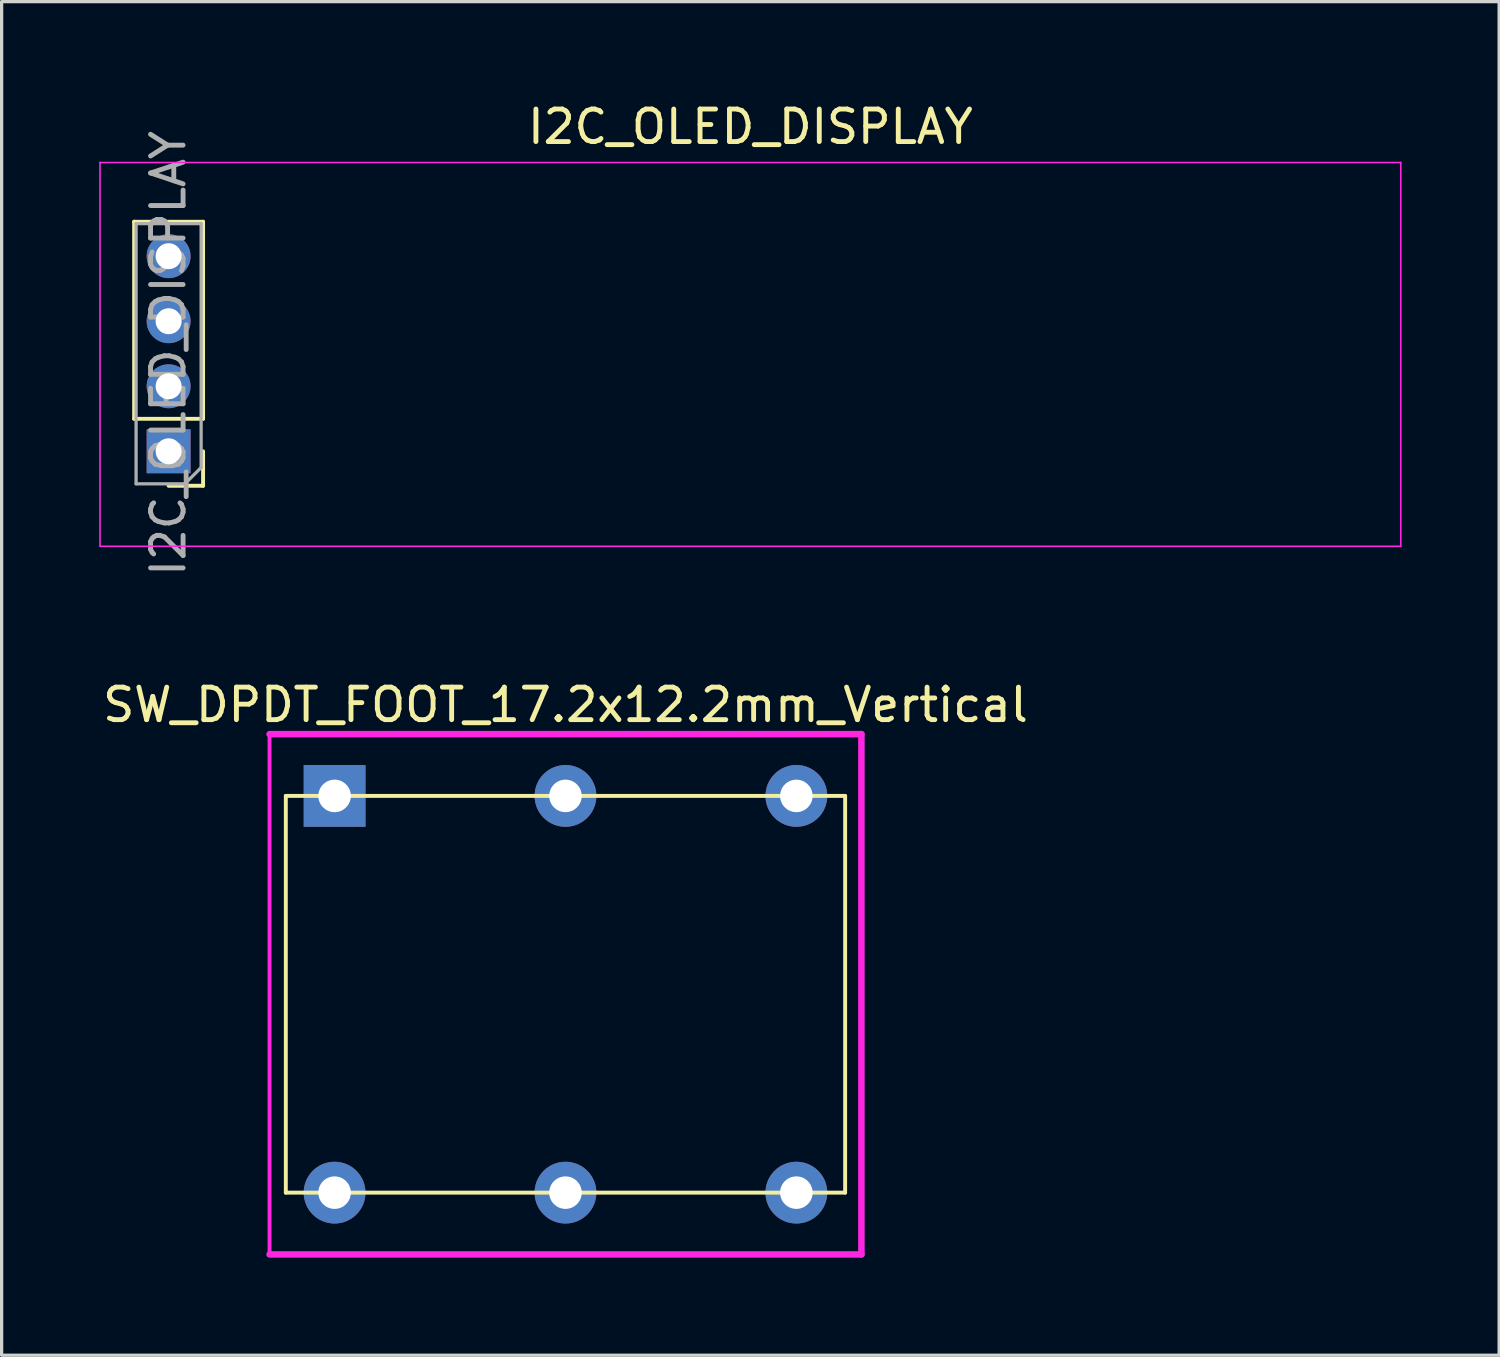
<source format=kicad_pcb>
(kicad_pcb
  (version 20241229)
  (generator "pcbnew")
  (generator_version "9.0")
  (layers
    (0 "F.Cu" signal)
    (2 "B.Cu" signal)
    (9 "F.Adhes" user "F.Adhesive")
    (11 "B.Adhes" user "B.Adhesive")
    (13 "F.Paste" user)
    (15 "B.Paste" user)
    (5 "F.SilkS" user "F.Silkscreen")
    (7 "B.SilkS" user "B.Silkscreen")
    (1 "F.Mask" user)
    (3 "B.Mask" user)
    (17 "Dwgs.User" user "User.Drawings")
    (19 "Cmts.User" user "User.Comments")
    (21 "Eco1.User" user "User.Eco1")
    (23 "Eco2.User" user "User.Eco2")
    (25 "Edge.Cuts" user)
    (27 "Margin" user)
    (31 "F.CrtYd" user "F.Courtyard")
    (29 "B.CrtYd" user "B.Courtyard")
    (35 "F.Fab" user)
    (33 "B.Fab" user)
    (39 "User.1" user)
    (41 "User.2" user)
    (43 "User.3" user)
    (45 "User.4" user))
  (footprint "I2C_OLED_DISPLAY"
    (layer "F.Cu")
    (at 20.025 7.848)
    (property "Reference" "I2C_OLED_DISPLAY" (at 0 -7 0) (layer "F.SilkS") (effects (font (size 1 1) (thickness 0.15))))
    (attr through_hole)
    (fp_line (start -18.95 -4.08) (end -18.95 1.98) (stroke (width 0.12) (type solid)) (layer "F.SilkS"))
    (fp_line (start -18.95 -4.08) (end -16.83 -4.08) (stroke (width 0.12) (type solid)) (layer "F.SilkS"))
    (fp_line (start -18.95 1.98) (end -16.83 1.98) (stroke (width 0.12) (type solid)) (layer "F.SilkS"))
    (fp_line (start -17.89 4.04) (end -16.83 4.04) (stroke (width 0.12) (type solid)) (layer "F.SilkS"))
    (fp_line (start -16.83 -4.08) (end -16.83 1.98) (stroke (width 0.12) (type solid)) (layer "F.SilkS"))
    (fp_line (start -16.83 4.04) (end -16.83 2.98) (stroke (width 0.12) (type solid)) (layer "F.SilkS"))
    (fp_line (start -20 -5.9) (end -20 5.9) (stroke (width 0.05) (type solid)) (layer "F.CrtYd"))
    (fp_line (start -20 -5.9) (end 20 -5.9) (stroke (width 0.05) (type solid)) (layer "F.CrtYd"))
    (fp_line (start -20 5.9) (end 20 5.9) (stroke (width 0.05) (type solid)) (layer "F.CrtYd"))
    (fp_line (start 20 5.9) (end 20 -5.9) (stroke (width 0.05) (type solid)) (layer "F.CrtYd"))
    (fp_line (start -18.89 -4.02) (end -18.89 3.98) (stroke (width 0.1) (type solid)) (layer "F.Fab"))
    (fp_line (start -18.89 3.98) (end -17.39 3.98) (stroke (width 0.1) (type solid)) (layer "F.Fab"))
    (fp_line (start -17.39 3.98) (end -16.89 3.48) (stroke (width 0.1) (type solid)) (layer "F.Fab"))
    (fp_line (start -16.89 -4.02) (end -18.89 -4.02) (stroke (width 0.1) (type solid)) (layer "F.Fab"))
    (fp_line (start -16.89 3.48) (end -16.89 -4.02) (stroke (width 0.1) (type solid)) (layer "F.Fab"))
    (fp_text user "${REFERENCE}" (at -17.9 -0.03 90) (layer "F.Fab") (effects (font (size 1 1) (thickness 0.15))))
    (pad "1" thru_hole oval (at -17.89 -3.02) (size 1.35 1.35) (drill 0.8) (layers "*.Cu" "*.Mask"))
    (pad "2" thru_hole oval (at -17.89 -1.02) (size 1.35 1.35) (drill 0.8) (layers "*.Cu" "*.Mask"))
    (pad "3" thru_hole oval (at -17.89 0.98) (size 1.35 1.35) (drill 0.8) (layers "*.Cu" "*.Mask"))
    (pad "4" thru_hole rect (at -17.89 2.98) (size 1.35 1.35) (drill 0.8) (layers "*.Cu" "*.Mask")))
  (footprint "SW_DPDT_FOOT_17.2x12.2mm_Vertical"
    (layer "F.Cu")
    (at 14.339 27.525)
    (property "Reference" "SW_DPDT_FOOT_17.2x12.2mm_Vertical" (at 0 -8.9 0) (layer "F.SilkS") (effects (font (size 1 1) (thickness 0.15))))
    (attr through_hole)
    (fp_line (start -8.6 -6.1) (end 8.6 -6.1) (stroke (width 0.12) (type solid)) (layer "F.SilkS"))
    (fp_line (start -8.6 6.1) (end -8.6 -6.1) (stroke (width 0.12) (type solid)) (layer "F.SilkS"))
    (fp_line (start 8.6 -6.1) (end 8.6 6.1) (stroke (width 0.12) (type solid)) (layer "F.SilkS"))
    (fp_line (start 8.6 6.1) (end -8.6 6.1) (stroke (width 0.12) (type solid)) (layer "F.SilkS"))
    (fp_line (start -9.1 -8) (end 9.1 -8) (stroke (width 0.2) (type solid)) (layer "F.CrtYd"))
    (fp_line (start -9.1 8) (end -9.1 -8) (stroke (width 0.12) (type solid)) (layer "F.CrtYd"))
    (fp_line (start 9.1 -8) (end 9.1 8) (stroke (width 0.2) (type solid)) (layer "F.CrtYd"))
    (fp_line (start 9.1 8) (end -9.1 8) (stroke (width 0.2) (type solid)) (layer "F.CrtYd"))
    (pad "1" thru_hole rect (at -7.1 -6.1) (size 1.9 1.9) (drill 1) (layers "*.Cu" "*.Mask"))
    (pad "2" thru_hole circle (at 0 -6.1 90) (size 1.9 1.9) (drill 1) (layers "*.Cu" "*.Mask"))
    (pad "3" thru_hole circle (at 7.1 -6.1 90) (size 1.9 1.9) (drill 1) (layers "*.Cu" "*.Mask"))
    (pad "4" thru_hole circle (at -7.1 6.1 90) (size 1.9 1.9) (drill 1) (layers "*.Cu" "*.Mask"))
    (pad "5" thru_hole circle (at 0 6.1 90) (size 1.9 1.9) (drill 1) (layers "*.Cu" "*.Mask"))
    (pad "6" thru_hole circle (at 7.1 6.1 90) (size 1.9 1.9) (drill 1) (layers "*.Cu" "*.Mask")))
  (gr_rect
    (start -3 -3)
    (end 43.05 38.625)
    (stroke (width 0.1) (type default))
    (fill no)
    (layer "Edge.Cuts")))
</source>
